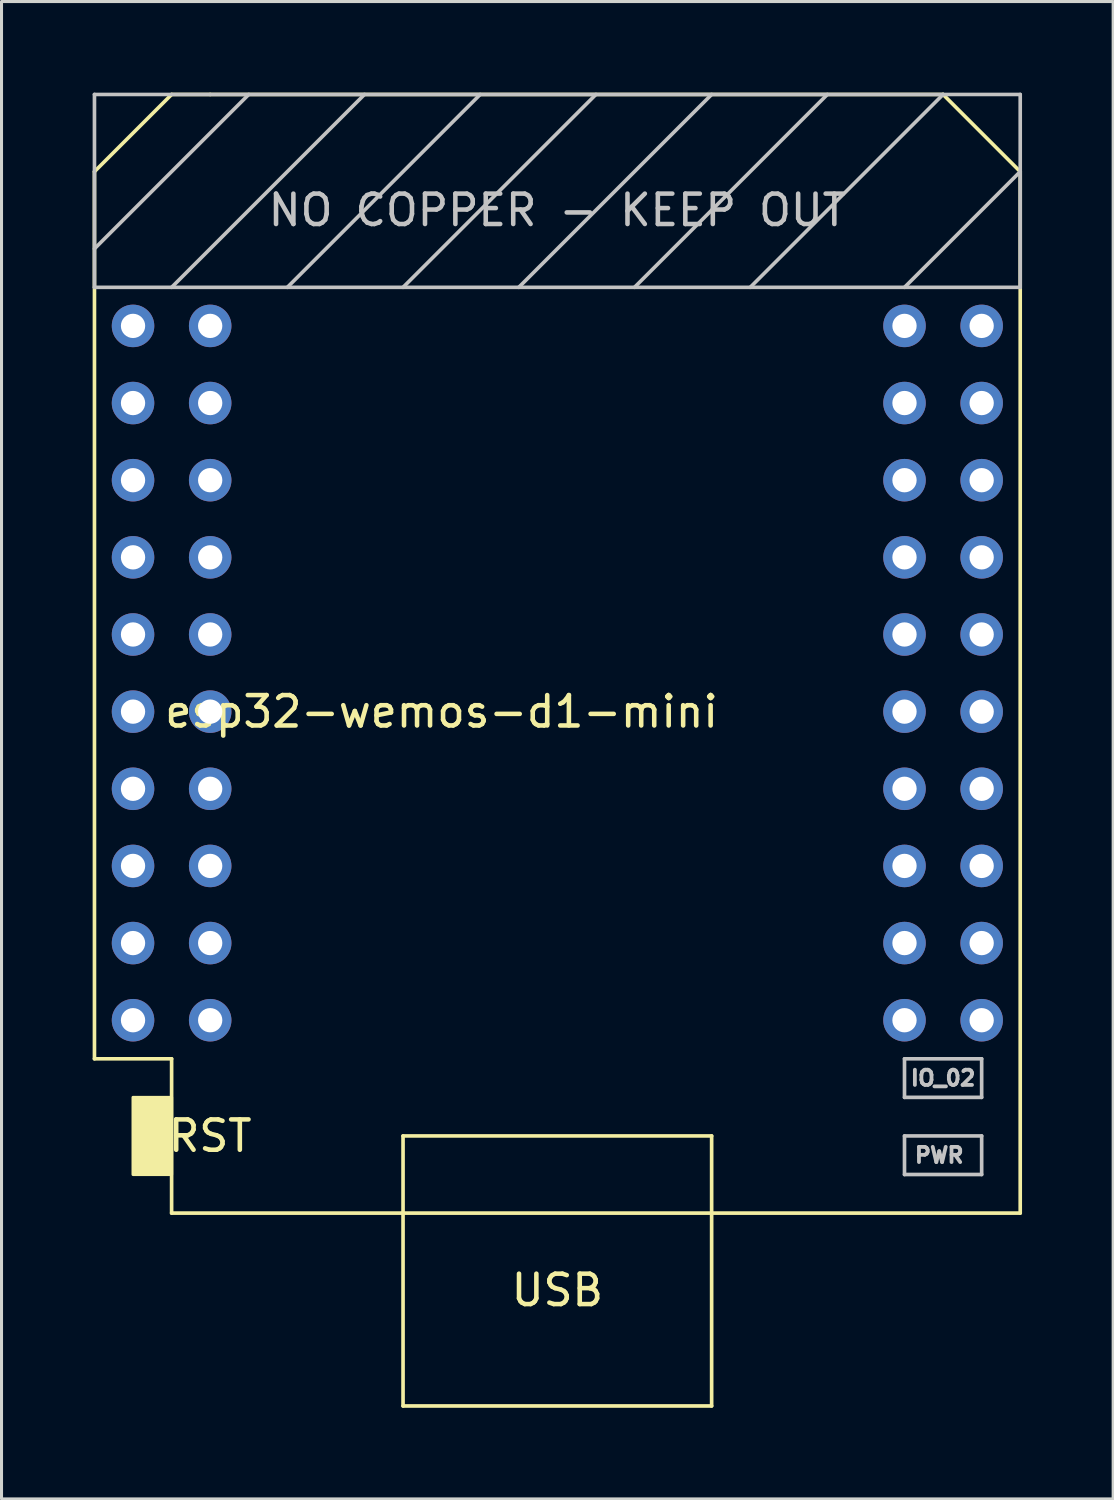
<source format=kicad_pcb>
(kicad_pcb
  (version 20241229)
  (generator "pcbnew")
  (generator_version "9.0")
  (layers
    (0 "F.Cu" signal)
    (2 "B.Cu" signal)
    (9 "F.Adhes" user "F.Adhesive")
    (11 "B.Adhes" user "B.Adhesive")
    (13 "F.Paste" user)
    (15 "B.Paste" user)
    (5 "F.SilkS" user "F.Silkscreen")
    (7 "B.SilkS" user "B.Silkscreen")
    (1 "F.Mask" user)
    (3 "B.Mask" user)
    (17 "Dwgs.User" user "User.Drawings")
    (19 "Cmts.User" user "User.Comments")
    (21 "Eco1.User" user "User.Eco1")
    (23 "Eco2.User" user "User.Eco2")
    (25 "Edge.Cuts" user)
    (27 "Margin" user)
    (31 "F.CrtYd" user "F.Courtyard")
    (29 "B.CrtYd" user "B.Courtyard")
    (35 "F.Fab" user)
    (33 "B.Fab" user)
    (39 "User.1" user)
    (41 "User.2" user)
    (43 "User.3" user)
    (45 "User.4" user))
  (footprint "esp32-wemos-d1-mini"
    (layer "F.Cu")
    (at 15.3 19.11)
    (property "Reference" "esp32-wemos-d1-mini" (at -3.81 1.27 0) (layer "F.SilkS") (effects (font (size 1 1) (thickness 0.15))))
    (attr through_hole)
    (fp_line (start -15.24 -16.51) (end -15.24 12.7) (stroke (width 0.12) (type solid)) (layer "F.SilkS"))
    (fp_line (start -15.24 12.7) (end -12.7 12.7) (stroke (width 0.12) (type solid)) (layer "F.SilkS"))
    (fp_line (start -12.7 -19.05) (end -15.24 -16.51) (stroke (width 0.12) (type solid)) (layer "F.SilkS"))
    (fp_line (start -12.7 -19.05) (end -11.43 -19.05) (stroke (width 0.12) (type solid)) (layer "F.SilkS"))
    (fp_line (start -12.7 12.7) (end -12.7 17.78) (stroke (width 0.12) (type solid)) (layer "F.SilkS"))
    (fp_line (start -12.7 17.78) (end 15.24 17.78) (stroke (width 0.12) (type solid)) (layer "F.SilkS"))
    (fp_line (start -5.08 15.24) (end 5.08 15.24) (stroke (width 0.12) (type solid)) (layer "F.SilkS"))
    (fp_line (start -5.08 17.78) (end -5.08 15.24) (stroke (width 0.12) (type solid)) (layer "F.SilkS"))
    (fp_line (start -5.08 17.78) (end -5.08 24.13) (stroke (width 0.12) (type solid)) (layer "F.SilkS"))
    (fp_line (start -5.08 24.13) (end 5.08 24.13) (stroke (width 0.12) (type solid)) (layer "F.SilkS"))
    (fp_line (start 5.08 15.24) (end 5.08 17.78) (stroke (width 0.12) (type solid)) (layer "F.SilkS"))
    (fp_line (start 5.08 24.13) (end 5.08 17.78) (stroke (width 0.12) (type solid)) (layer "F.SilkS"))
    (fp_line (start 12.7 -19.05) (end -11.43 -19.05) (stroke (width 0.12) (type solid)) (layer "F.SilkS"))
    (fp_line (start 12.7 -19.05) (end 15.24 -16.51) (stroke (width 0.12) (type solid)) (layer "F.SilkS"))
    (fp_line (start 15.24 -16.51) (end 15.24 17.78) (stroke (width 0.12) (type solid)) (layer "F.SilkS"))
    (fp_poly (pts (xy -13.97 16.51) (xy -13.97 13.97) (xy -12.7 13.97) (xy -12.7 16.51)) (stroke (width 0.1) (type solid)) (fill yes) (layer "F.SilkS"))
    (fp_line (start -15.24 -19.05) (end -15.24 -12.7) (stroke (width 0.12) (type solid)) (layer "Dwgs.User"))
    (fp_line (start -15.24 -12.7) (end 15.24 -12.7) (stroke (width 0.12) (type solid)) (layer "Dwgs.User"))
    (fp_line (start -10.16 -19.05) (end -15.24 -13.97) (stroke (width 0.12) (type solid)) (layer "Dwgs.User"))
    (fp_line (start -6.35 -19.05) (end -12.7 -12.7) (stroke (width 0.12) (type solid)) (layer "Dwgs.User"))
    (fp_line (start -2.54 -19.05) (end -8.89 -12.7) (stroke (width 0.12) (type solid)) (layer "Dwgs.User"))
    (fp_line (start 1.27 -19.05) (end -5.08 -12.7) (stroke (width 0.12) (type solid)) (layer "Dwgs.User"))
    (fp_line (start 5.08 -19.05) (end -1.27 -12.7) (stroke (width 0.12) (type solid)) (layer "Dwgs.User"))
    (fp_line (start 8.89 -19.05) (end 2.54 -12.7) (stroke (width 0.12) (type solid)) (layer "Dwgs.User"))
    (fp_line (start 11.43 12.7) (end 11.43 13.97) (stroke (width 0.12) (type solid)) (layer "Dwgs.User"))
    (fp_line (start 11.43 13.97) (end 13.97 13.97) (stroke (width 0.12) (type solid)) (layer "Dwgs.User"))
    (fp_line (start 11.43 15.24) (end 13.97 15.24) (stroke (width 0.12) (type solid)) (layer "Dwgs.User"))
    (fp_line (start 11.43 16.51) (end 11.43 15.24) (stroke (width 0.12) (type solid)) (layer "Dwgs.User"))
    (fp_line (start 12.7 -19.05) (end 6.35 -12.7) (stroke (width 0.12) (type solid)) (layer "Dwgs.User"))
    (fp_line (start 13.97 12.7) (end 11.43 12.7) (stroke (width 0.12) (type solid)) (layer "Dwgs.User"))
    (fp_line (start 13.97 13.97) (end 13.97 12.7) (stroke (width 0.12) (type solid)) (layer "Dwgs.User"))
    (fp_line (start 13.97 15.24) (end 13.97 16.51) (stroke (width 0.12) (type solid)) (layer "Dwgs.User"))
    (fp_line (start 13.97 16.51) (end 11.43 16.51) (stroke (width 0.12) (type solid)) (layer "Dwgs.User"))
    (fp_line (start 15.24 -19.05) (end -15.24 -19.05) (stroke (width 0.12) (type solid)) (layer "Dwgs.User"))
    (fp_line (start 15.24 -16.51) (end 11.43 -12.7) (stroke (width 0.12) (type solid)) (layer "Dwgs.User"))
    (fp_line (start 15.24 -12.7) (end 15.24 -19.05) (stroke (width 0.12) (type solid)) (layer "Dwgs.User"))
    (fp_text user "RST" (at -11.43 15.24 0) (layer "F.SilkS") (effects (font (size 1 1) (thickness 0.15))))
    (fp_text user "USB" (at 0 20.32 0) (layer "F.SilkS") (effects (font (size 1 1) (thickness 0.15))))
    (fp_text user "PWR" (at 12.573 15.875 0) (layer "Dwgs.User") (effects (font (size 0.5 0.5) (thickness 0.125))))
    (fp_text user "NO COPPER - KEEP OUT" (at 0 -15.24 0) (layer "Dwgs.User") (effects (font (size 1 1) (thickness 0.15))))
    (fp_text user "IO_02" (at 12.7 13.335 0) (layer "Dwgs.User") (effects (font (size 0.5 0.5) (thickness 0.125))))
    (pad "1" thru_hole circle (at -13.97 -11.43 270) (size 1.4 1.4) (drill 0.8) (layers "*.Cu" "*.Mask"))
    (pad "2" thru_hole circle (at -11.43 -11.43 270) (size 1.4 1.4) (drill 0.8) (layers "*.Cu" "*.Mask"))
    (pad "3" thru_hole circle (at -13.97 -8.89 270) (size 1.4 1.4) (drill 0.8) (layers "*.Cu" "*.Mask"))
    (pad "4" thru_hole circle (at -11.43 -8.89 270) (size 1.4 1.4) (drill 0.8) (layers "*.Cu" "*.Mask"))
    (pad "5" thru_hole circle (at -13.97 -6.35 270) (size 1.4 1.4) (drill 0.8) (layers "*.Cu" "*.Mask"))
    (pad "6" thru_hole circle (at -11.43 -6.35 270) (size 1.4 1.4) (drill 0.8) (layers "*.Cu" "*.Mask"))
    (pad "7" thru_hole circle (at -13.97 -3.81 270) (size 1.4 1.4) (drill 0.8) (layers "*.Cu" "*.Mask"))
    (pad "8" thru_hole circle (at -11.43 -3.81 270) (size 1.4 1.4) (drill 0.8) (layers "*.Cu" "*.Mask"))
    (pad "9" thru_hole circle (at -13.97 -1.27 270) (size 1.4 1.4) (drill 0.8) (layers "*.Cu" "*.Mask"))
    (pad "10" thru_hole circle (at -11.43 -1.27 270) (size 1.4 1.4) (drill 0.8) (layers "*.Cu" "*.Mask"))
    (pad "11" thru_hole circle (at -13.97 1.27 270) (size 1.4 1.4) (drill 0.8) (layers "*.Cu" "*.Mask"))
    (pad "12" thru_hole circle (at -11.43 1.27 270) (size 1.4 1.4) (drill 0.8) (layers "*.Cu" "*.Mask"))
    (pad "13" thru_hole circle (at -13.97 3.81 270) (size 1.4 1.4) (drill 0.8) (layers "*.Cu" "*.Mask"))
    (pad "14" thru_hole circle (at -11.43 3.81 270) (size 1.4 1.4) (drill 0.8) (layers "*.Cu" "*.Mask"))
    (pad "15" thru_hole circle (at -13.97 6.35 270) (size 1.4 1.4) (drill 0.8) (layers "*.Cu" "*.Mask"))
    (pad "16" thru_hole circle (at -11.43 6.35 270) (size 1.4 1.4) (drill 0.8) (layers "*.Cu" "*.Mask"))
    (pad "17" thru_hole circle (at -13.97 8.89 270) (size 1.4 1.4) (drill 0.8) (layers "*.Cu" "*.Mask"))
    (pad "18" thru_hole circle (at -11.43 8.89 270) (size 1.4 1.4) (drill 0.8) (layers "*.Cu" "*.Mask"))
    (pad "19" thru_hole circle (at -13.97 11.43 270) (size 1.4 1.4) (drill 0.8) (layers "*.Cu" "*.Mask"))
    (pad "20" thru_hole circle (at -11.43 11.43 270) (size 1.4 1.4) (drill 0.8) (layers "*.Cu" "*.Mask"))
    (pad "21" thru_hole circle (at 11.43 -11.43 270) (size 1.4 1.4) (drill 0.8) (layers "*.Cu" "*.Mask"))
    (pad "22" thru_hole circle (at 13.97 -11.43 270) (size 1.4 1.4) (drill 0.8) (layers "*.Cu" "*.Mask"))
    (pad "23" thru_hole circle (at 11.43 -8.89 270) (size 1.4 1.4) (drill 0.8) (layers "*.Cu" "*.Mask"))
    (pad "24" thru_hole circle (at 13.97 -8.89 270) (size 1.4 1.4) (drill 0.8) (layers "*.Cu" "*.Mask"))
    (pad "25" thru_hole circle (at 11.43 -6.35 270) (size 1.4 1.4) (drill 0.8) (layers "*.Cu" "*.Mask"))
    (pad "26" thru_hole circle (at 13.97 -6.35 270) (size 1.4 1.4) (drill 0.8) (layers "*.Cu" "*.Mask"))
    (pad "27" thru_hole circle (at 11.43 -3.81 270) (size 1.4 1.4) (drill 0.8) (layers "*.Cu" "*.Mask"))
    (pad "28" thru_hole circle (at 13.97 -3.81 270) (size 1.4 1.4) (drill 0.8) (layers "*.Cu" "*.Mask"))
    (pad "29" thru_hole circle (at 11.43 -1.27 270) (size 1.4 1.4) (drill 0.8) (layers "*.Cu" "*.Mask"))
    (pad "30" thru_hole circle (at 13.97 -1.27 270) (size 1.4 1.4) (drill 0.8) (layers "*.Cu" "*.Mask"))
    (pad "31" thru_hole circle (at 11.43 1.27 270) (size 1.4 1.4) (drill 0.8) (layers "*.Cu" "*.Mask"))
    (pad "32" thru_hole circle (at 13.97 1.27 270) (size 1.4 1.4) (drill 0.8) (layers "*.Cu" "*.Mask"))
    (pad "33" thru_hole circle (at 11.43 3.81 270) (size 1.4 1.4) (drill 0.8) (layers "*.Cu" "*.Mask"))
    (pad "34" thru_hole circle (at 13.97 3.81 270) (size 1.4 1.4) (drill 0.8) (layers "*.Cu" "*.Mask"))
    (pad "35" thru_hole circle (at 11.43 6.35 270) (size 1.4 1.4) (drill 0.8) (layers "*.Cu" "*.Mask"))
    (pad "36" thru_hole circle (at 13.97 6.35 270) (size 1.4 1.4) (drill 0.8) (layers "*.Cu" "*.Mask"))
    (pad "37" thru_hole circle (at 11.43 8.89 270) (size 1.4 1.4) (drill 0.8) (layers "*.Cu" "*.Mask"))
    (pad "38" thru_hole circle (at 13.97 8.89 270) (size 1.4 1.4) (drill 0.8) (layers "*.Cu" "*.Mask"))
    (pad "39" thru_hole circle (at 11.43 11.43 270) (size 1.4 1.4) (drill 0.8) (layers "*.Cu" "*.Mask"))
    (pad "40" thru_hole circle (at 13.97 11.43 270) (size 1.4 1.4) (drill 0.8) (layers "*.Cu" "*.Mask")))
  (gr_rect
    (start -3 -3)
    (end 33.6 46.3)
    (stroke (width 0.1) (type default))
    (fill no)
    (layer "Edge.Cuts")))
</source>
